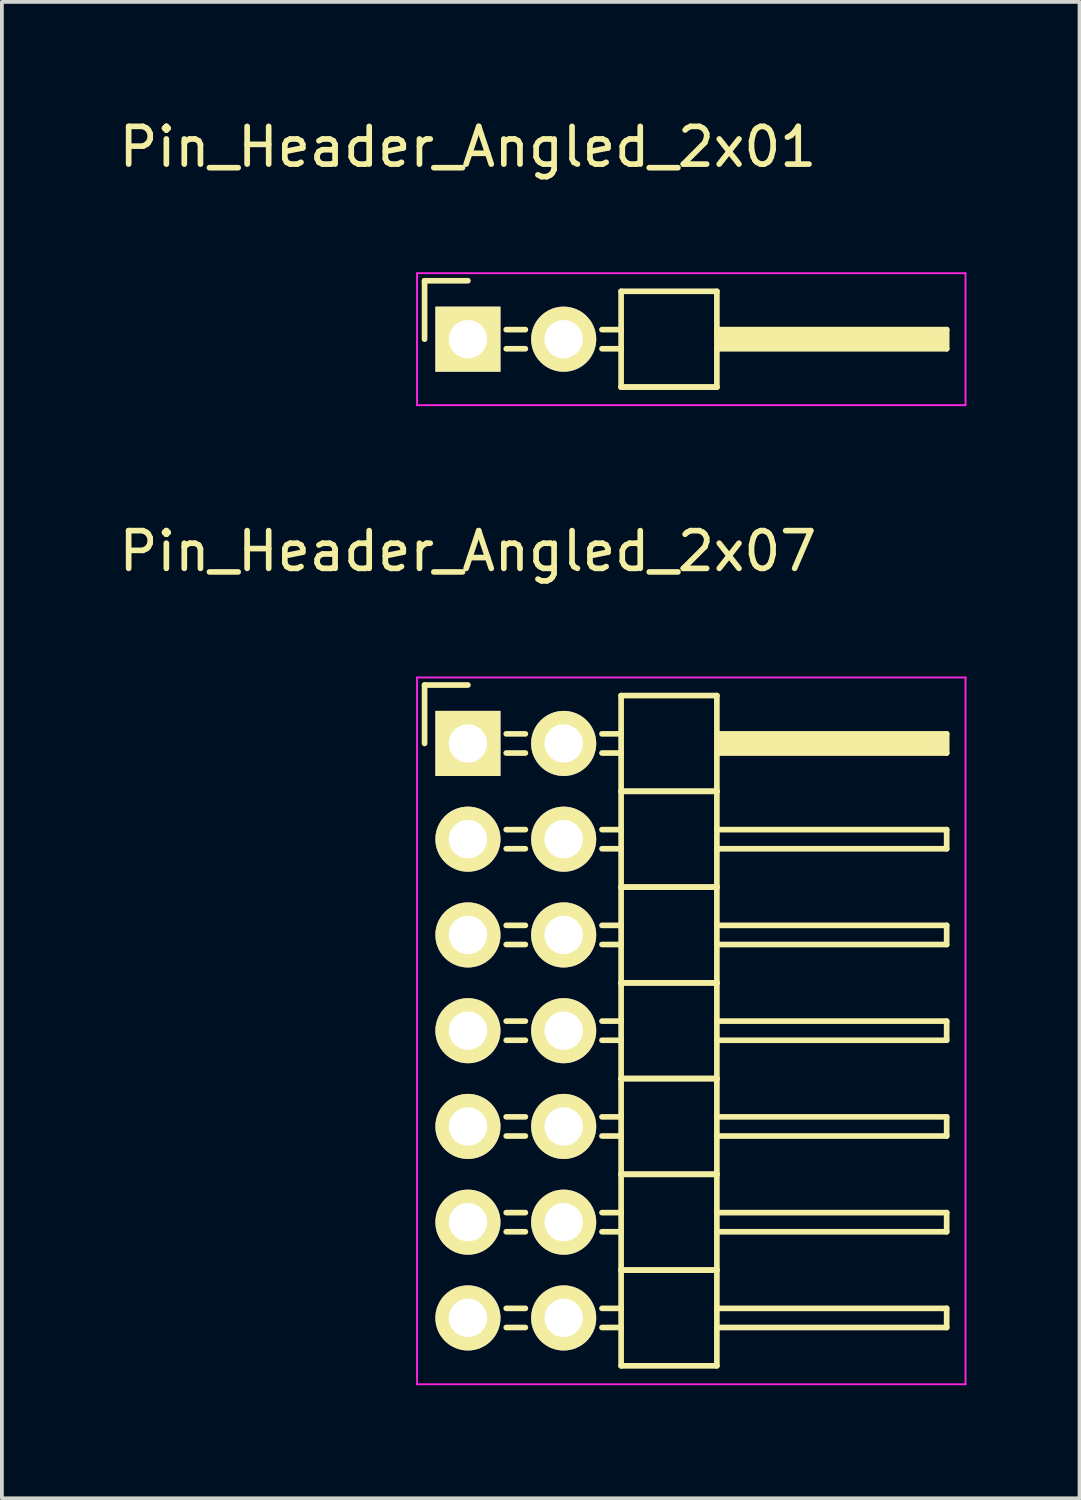
<source format=kicad_pcb>
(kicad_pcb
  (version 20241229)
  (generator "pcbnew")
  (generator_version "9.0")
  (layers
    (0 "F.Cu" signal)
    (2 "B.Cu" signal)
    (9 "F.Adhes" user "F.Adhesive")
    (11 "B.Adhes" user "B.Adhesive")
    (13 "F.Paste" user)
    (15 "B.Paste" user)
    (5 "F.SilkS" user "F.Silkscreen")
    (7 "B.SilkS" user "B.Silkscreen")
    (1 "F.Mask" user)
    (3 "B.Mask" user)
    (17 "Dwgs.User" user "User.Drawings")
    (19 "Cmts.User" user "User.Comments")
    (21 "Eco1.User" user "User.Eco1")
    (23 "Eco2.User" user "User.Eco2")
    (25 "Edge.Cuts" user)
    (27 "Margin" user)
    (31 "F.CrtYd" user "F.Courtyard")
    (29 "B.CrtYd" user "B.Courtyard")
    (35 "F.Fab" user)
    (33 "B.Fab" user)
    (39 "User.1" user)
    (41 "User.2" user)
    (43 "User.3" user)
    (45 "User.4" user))
  (footprint "Pin_Header_Angled_2x07"
    (layer "F.Cu")
    (at 9.363 16.672)
    (property "Reference" "Pin_Header_Angled_2x07" (at 0 -5.1 0) (layer "F.SilkS") (effects (font (size 1 1) (thickness 0.15))))
    (attr through_hole)
    (fp_line (start -1.15 -1.55) (end -1.15 0) (stroke (width 0.15) (type solid)) (layer "F.SilkS"))
    (fp_line (start 0 -1.55) (end -1.15 -1.55) (stroke (width 0.15) (type solid)) (layer "F.SilkS"))
    (fp_line (start 1.524 -0.254) (end 1.016 -0.254) (stroke (width 0.15) (type solid)) (layer "F.SilkS"))
    (fp_line (start 1.524 0.254) (end 1.016 0.254) (stroke (width 0.15) (type solid)) (layer "F.SilkS"))
    (fp_line (start 1.524 2.286) (end 1.016 2.286) (stroke (width 0.15) (type solid)) (layer "F.SilkS"))
    (fp_line (start 1.524 2.794) (end 1.016 2.794) (stroke (width 0.15) (type solid)) (layer "F.SilkS"))
    (fp_line (start 1.524 4.826) (end 1.016 4.826) (stroke (width 0.15) (type solid)) (layer "F.SilkS"))
    (fp_line (start 1.524 5.334) (end 1.016 5.334) (stroke (width 0.15) (type solid)) (layer "F.SilkS"))
    (fp_line (start 1.524 7.366) (end 1.016 7.366) (stroke (width 0.15) (type solid)) (layer "F.SilkS"))
    (fp_line (start 1.524 7.874) (end 1.016 7.874) (stroke (width 0.15) (type solid)) (layer "F.SilkS"))
    (fp_line (start 1.524 9.906) (end 1.016 9.906) (stroke (width 0.15) (type solid)) (layer "F.SilkS"))
    (fp_line (start 1.524 10.414) (end 1.016 10.414) (stroke (width 0.15) (type solid)) (layer "F.SilkS"))
    (fp_line (start 1.524 12.446) (end 1.016 12.446) (stroke (width 0.15) (type solid)) (layer "F.SilkS"))
    (fp_line (start 1.524 12.954) (end 1.016 12.954) (stroke (width 0.15) (type solid)) (layer "F.SilkS"))
    (fp_line (start 1.524 14.986) (end 1.016 14.986) (stroke (width 0.15) (type solid)) (layer "F.SilkS"))
    (fp_line (start 1.524 15.494) (end 1.016 15.494) (stroke (width 0.15) (type solid)) (layer "F.SilkS"))
    (fp_line (start 4.064 -1.27) (end 4.064 1.27) (stroke (width 0.15) (type solid)) (layer "F.SilkS"))
    (fp_line (start 4.064 -1.27) (end 6.604 -1.27) (stroke (width 0.15) (type solid)) (layer "F.SilkS"))
    (fp_line (start 4.064 -0.254) (end 3.556 -0.254) (stroke (width 0.15) (type solid)) (layer "F.SilkS"))
    (fp_line (start 4.064 0.254) (end 3.556 0.254) (stroke (width 0.15) (type solid)) (layer "F.SilkS"))
    (fp_line (start 4.064 1.27) (end 4.064 3.81) (stroke (width 0.15) (type solid)) (layer "F.SilkS"))
    (fp_line (start 4.064 1.27) (end 6.604 1.27) (stroke (width 0.15) (type solid)) (layer "F.SilkS"))
    (fp_line (start 4.064 1.27) (end 6.604 1.27) (stroke (width 0.15) (type solid)) (layer "F.SilkS"))
    (fp_line (start 4.064 2.286) (end 3.556 2.286) (stroke (width 0.15) (type solid)) (layer "F.SilkS"))
    (fp_line (start 4.064 2.794) (end 3.556 2.794) (stroke (width 0.15) (type solid)) (layer "F.SilkS"))
    (fp_line (start 4.064 3.81) (end 4.064 6.35) (stroke (width 0.15) (type solid)) (layer "F.SilkS"))
    (fp_line (start 4.064 3.81) (end 6.604 3.81) (stroke (width 0.15) (type solid)) (layer "F.SilkS"))
    (fp_line (start 4.064 3.81) (end 6.604 3.81) (stroke (width 0.15) (type solid)) (layer "F.SilkS"))
    (fp_line (start 4.064 4.826) (end 3.556 4.826) (stroke (width 0.15) (type solid)) (layer "F.SilkS"))
    (fp_line (start 4.064 5.334) (end 3.556 5.334) (stroke (width 0.15) (type solid)) (layer "F.SilkS"))
    (fp_line (start 4.064 6.35) (end 4.064 8.89) (stroke (width 0.15) (type solid)) (layer "F.SilkS"))
    (fp_line (start 4.064 6.35) (end 6.604 6.35) (stroke (width 0.15) (type solid)) (layer "F.SilkS"))
    (fp_line (start 4.064 6.35) (end 6.604 6.35) (stroke (width 0.15) (type solid)) (layer "F.SilkS"))
    (fp_line (start 4.064 7.366) (end 3.556 7.366) (stroke (width 0.15) (type solid)) (layer "F.SilkS"))
    (fp_line (start 4.064 7.874) (end 3.556 7.874) (stroke (width 0.15) (type solid)) (layer "F.SilkS"))
    (fp_line (start 4.064 8.89) (end 4.064 11.43) (stroke (width 0.15) (type solid)) (layer "F.SilkS"))
    (fp_line (start 4.064 8.89) (end 6.604 8.89) (stroke (width 0.15) (type solid)) (layer "F.SilkS"))
    (fp_line (start 4.064 8.89) (end 6.604 8.89) (stroke (width 0.15) (type solid)) (layer "F.SilkS"))
    (fp_line (start 4.064 9.906) (end 3.556 9.906) (stroke (width 0.15) (type solid)) (layer "F.SilkS"))
    (fp_line (start 4.064 10.414) (end 3.556 10.414) (stroke (width 0.15) (type solid)) (layer "F.SilkS"))
    (fp_line (start 4.064 11.43) (end 4.064 13.97) (stroke (width 0.15) (type solid)) (layer "F.SilkS"))
    (fp_line (start 4.064 11.43) (end 6.604 11.43) (stroke (width 0.15) (type solid)) (layer "F.SilkS"))
    (fp_line (start 4.064 11.43) (end 6.604 11.43) (stroke (width 0.15) (type solid)) (layer "F.SilkS"))
    (fp_line (start 4.064 12.446) (end 3.556 12.446) (stroke (width 0.15) (type solid)) (layer "F.SilkS"))
    (fp_line (start 4.064 12.954) (end 3.556 12.954) (stroke (width 0.15) (type solid)) (layer "F.SilkS"))
    (fp_line (start 4.064 13.97) (end 4.064 16.51) (stroke (width 0.15) (type solid)) (layer "F.SilkS"))
    (fp_line (start 4.064 13.97) (end 6.604 13.97) (stroke (width 0.15) (type solid)) (layer "F.SilkS"))
    (fp_line (start 4.064 13.97) (end 6.604 13.97) (stroke (width 0.15) (type solid)) (layer "F.SilkS"))
    (fp_line (start 4.064 14.986) (end 3.556 14.986) (stroke (width 0.15) (type solid)) (layer "F.SilkS"))
    (fp_line (start 4.064 15.494) (end 3.556 15.494) (stroke (width 0.15) (type solid)) (layer "F.SilkS"))
    (fp_line (start 4.064 16.51) (end 6.604 16.51) (stroke (width 0.15) (type solid)) (layer "F.SilkS"))
    (fp_line (start 6.604 -0.254) (end 12.7 -0.254) (stroke (width 0.15) (type solid)) (layer "F.SilkS"))
    (fp_line (start 6.604 -0.127) (end 12.573 -0.127) (stroke (width 0.15) (type solid)) (layer "F.SilkS"))
    (fp_line (start 6.604 1.27) (end 6.604 -1.27) (stroke (width 0.15) (type solid)) (layer "F.SilkS"))
    (fp_line (start 6.604 2.286) (end 12.7 2.286) (stroke (width 0.15) (type solid)) (layer "F.SilkS"))
    (fp_line (start 6.604 3.81) (end 6.604 1.27) (stroke (width 0.15) (type solid)) (layer "F.SilkS"))
    (fp_line (start 6.604 4.826) (end 12.7 4.826) (stroke (width 0.15) (type solid)) (layer "F.SilkS"))
    (fp_line (start 6.604 6.35) (end 6.604 3.81) (stroke (width 0.15) (type solid)) (layer "F.SilkS"))
    (fp_line (start 6.604 7.366) (end 12.7 7.366) (stroke (width 0.15) (type solid)) (layer "F.SilkS"))
    (fp_line (start 6.604 8.89) (end 6.604 6.35) (stroke (width 0.15) (type solid)) (layer "F.SilkS"))
    (fp_line (start 6.604 9.906) (end 12.7 9.906) (stroke (width 0.15) (type solid)) (layer "F.SilkS"))
    (fp_line (start 6.604 11.43) (end 6.604 8.89) (stroke (width 0.15) (type solid)) (layer "F.SilkS"))
    (fp_line (start 6.604 12.446) (end 12.7 12.446) (stroke (width 0.15) (type solid)) (layer "F.SilkS"))
    (fp_line (start 6.604 13.97) (end 6.604 11.43) (stroke (width 0.15) (type solid)) (layer "F.SilkS"))
    (fp_line (start 6.604 14.986) (end 12.7 14.986) (stroke (width 0.15) (type solid)) (layer "F.SilkS"))
    (fp_line (start 6.604 16.51) (end 6.604 13.97) (stroke (width 0.15) (type solid)) (layer "F.SilkS"))
    (fp_line (start 6.731 0) (end 12.573 0) (stroke (width 0.15) (type solid)) (layer "F.SilkS"))
    (fp_line (start 6.731 0.127) (end 6.731 0) (stroke (width 0.15) (type solid)) (layer "F.SilkS"))
    (fp_line (start 12.573 -0.127) (end 12.573 0.127) (stroke (width 0.15) (type solid)) (layer "F.SilkS"))
    (fp_line (start 12.573 0.127) (end 6.731 0.127) (stroke (width 0.15) (type solid)) (layer "F.SilkS"))
    (fp_line (start 12.7 -0.254) (end 12.7 0.254) (stroke (width 0.15) (type solid)) (layer "F.SilkS"))
    (fp_line (start 12.7 0.254) (end 6.604 0.254) (stroke (width 0.15) (type solid)) (layer "F.SilkS"))
    (fp_line (start 12.7 2.286) (end 12.7 2.794) (stroke (width 0.15) (type solid)) (layer "F.SilkS"))
    (fp_line (start 12.7 2.794) (end 6.604 2.794) (stroke (width 0.15) (type solid)) (layer "F.SilkS"))
    (fp_line (start 12.7 4.826) (end 12.7 5.334) (stroke (width 0.15) (type solid)) (layer "F.SilkS"))
    (fp_line (start 12.7 5.334) (end 6.604 5.334) (stroke (width 0.15) (type solid)) (layer "F.SilkS"))
    (fp_line (start 12.7 7.366) (end 12.7 7.874) (stroke (width 0.15) (type solid)) (layer "F.SilkS"))
    (fp_line (start 12.7 7.874) (end 6.604 7.874) (stroke (width 0.15) (type solid)) (layer "F.SilkS"))
    (fp_line (start 12.7 9.906) (end 12.7 10.414) (stroke (width 0.15) (type solid)) (layer "F.SilkS"))
    (fp_line (start 12.7 10.414) (end 6.604 10.414) (stroke (width 0.15) (type solid)) (layer "F.SilkS"))
    (fp_line (start 12.7 12.446) (end 12.7 12.954) (stroke (width 0.15) (type solid)) (layer "F.SilkS"))
    (fp_line (start 12.7 12.954) (end 6.604 12.954) (stroke (width 0.15) (type solid)) (layer "F.SilkS"))
    (fp_line (start 12.7 14.986) (end 12.7 15.494) (stroke (width 0.15) (type solid)) (layer "F.SilkS"))
    (fp_line (start 12.7 15.494) (end 6.604 15.494) (stroke (width 0.15) (type solid)) (layer "F.SilkS"))
    (fp_line (start -1.35 -1.75) (end -1.35 17) (stroke (width 0.05) (type solid)) (layer "F.CrtYd"))
    (fp_line (start -1.35 -1.75) (end 13.2 -1.75) (stroke (width 0.05) (type solid)) (layer "F.CrtYd"))
    (fp_line (start -1.35 17) (end 13.2 17) (stroke (width 0.05) (type solid)) (layer "F.CrtYd"))
    (fp_line (start 13.2 -1.75) (end 13.2 17) (stroke (width 0.05) (type solid)) (layer "F.CrtYd"))
    (pad "1" thru_hole rect (at 0 0) (size 1.727 1.727) (drill 1.016) (layers "*.Cu" "*.Mask" "F.SilkS"))
    (pad "2" thru_hole oval (at 2.54 0) (size 1.727 1.727) (drill 1.016) (layers "*.Cu" "*.Mask" "F.SilkS"))
    (pad "3" thru_hole oval (at 0 2.54) (size 1.727 1.727) (drill 1.016) (layers "*.Cu" "*.Mask" "F.SilkS"))
    (pad "4" thru_hole oval (at 2.54 2.54) (size 1.727 1.727) (drill 1.016) (layers "*.Cu" "*.Mask" "F.SilkS"))
    (pad "5" thru_hole oval (at 0 5.08) (size 1.727 1.727) (drill 1.016) (layers "*.Cu" "*.Mask" "F.SilkS"))
    (pad "6" thru_hole oval (at 2.54 5.08) (size 1.727 1.727) (drill 1.016) (layers "*.Cu" "*.Mask" "F.SilkS"))
    (pad "7" thru_hole oval (at 0 7.62) (size 1.727 1.727) (drill 1.016) (layers "*.Cu" "*.Mask" "F.SilkS"))
    (pad "8" thru_hole oval (at 2.54 7.62) (size 1.727 1.727) (drill 1.016) (layers "*.Cu" "*.Mask" "F.SilkS"))
    (pad "9" thru_hole oval (at 0 10.16) (size 1.727 1.727) (drill 1.016) (layers "*.Cu" "*.Mask" "F.SilkS"))
    (pad "10" thru_hole oval (at 2.54 10.16) (size 1.727 1.727) (drill 1.016) (layers "*.Cu" "*.Mask" "F.SilkS"))
    (pad "11" thru_hole oval (at 0 12.7) (size 1.727 1.727) (drill 1.016) (layers "*.Cu" "*.Mask" "F.SilkS"))
    (pad "12" thru_hole oval (at 2.54 12.7) (size 1.727 1.727) (drill 1.016) (layers "*.Cu" "*.Mask" "F.SilkS"))
    (pad "13" thru_hole oval (at 0 15.24) (size 1.727 1.727) (drill 1.016) (layers "*.Cu" "*.Mask" "F.SilkS"))
    (pad "14" thru_hole oval (at 2.54 15.24) (size 1.727 1.727) (drill 1.016) (layers "*.Cu" "*.Mask" "F.SilkS")))
  (footprint "Pin_Header_Angled_2x01"
    (layer "F.Cu")
    (at 9.363 5.948)
    (property "Reference" "Pin_Header_Angled_2x01" (at 0 -5.1 0) (layer "F.SilkS") (effects (font (size 1 1) (thickness 0.15))))
    (attr through_hole)
    (fp_line (start -1.15 -1.55) (end -1.15 0) (stroke (width 0.15) (type solid)) (layer "F.SilkS"))
    (fp_line (start 0 -1.55) (end -1.15 -1.55) (stroke (width 0.15) (type solid)) (layer "F.SilkS"))
    (fp_line (start 1.524 -0.254) (end 1.016 -0.254) (stroke (width 0.15) (type solid)) (layer "F.SilkS"))
    (fp_line (start 1.524 0.254) (end 1.016 0.254) (stroke (width 0.15) (type solid)) (layer "F.SilkS"))
    (fp_line (start 4.064 -1.27) (end 4.064 1.27) (stroke (width 0.15) (type solid)) (layer "F.SilkS"))
    (fp_line (start 4.064 -1.27) (end 6.604 -1.27) (stroke (width 0.15) (type solid)) (layer "F.SilkS"))
    (fp_line (start 4.064 -0.254) (end 3.556 -0.254) (stroke (width 0.15) (type solid)) (layer "F.SilkS"))
    (fp_line (start 4.064 0.254) (end 3.556 0.254) (stroke (width 0.15) (type solid)) (layer "F.SilkS"))
    (fp_line (start 4.064 1.27) (end 6.604 1.27) (stroke (width 0.15) (type solid)) (layer "F.SilkS"))
    (fp_line (start 4.064 1.27) (end 6.604 1.27) (stroke (width 0.15) (type solid)) (layer "F.SilkS"))
    (fp_line (start 6.604 -0.254) (end 12.7 -0.254) (stroke (width 0.15) (type solid)) (layer "F.SilkS"))
    (fp_line (start 6.604 -0.127) (end 12.573 -0.127) (stroke (width 0.15) (type solid)) (layer "F.SilkS"))
    (fp_line (start 6.604 1.27) (end 6.604 -1.27) (stroke (width 0.15) (type solid)) (layer "F.SilkS"))
    (fp_line (start 6.731 0) (end 12.573 0) (stroke (width 0.15) (type solid)) (layer "F.SilkS"))
    (fp_line (start 6.731 0.127) (end 6.731 0) (stroke (width 0.15) (type solid)) (layer "F.SilkS"))
    (fp_line (start 12.573 -0.127) (end 12.573 0.127) (stroke (width 0.15) (type solid)) (layer "F.SilkS"))
    (fp_line (start 12.573 0.127) (end 6.731 0.127) (stroke (width 0.15) (type solid)) (layer "F.SilkS"))
    (fp_line (start 12.7 -0.254) (end 12.7 0.254) (stroke (width 0.15) (type solid)) (layer "F.SilkS"))
    (fp_line (start 12.7 0.254) (end 6.604 0.254) (stroke (width 0.15) (type solid)) (layer "F.SilkS"))
    (fp_line (start -1.35 -1.75) (end -1.35 1.75) (stroke (width 0.05) (type solid)) (layer "F.CrtYd"))
    (fp_line (start -1.35 -1.75) (end 13.2 -1.75) (stroke (width 0.05) (type solid)) (layer "F.CrtYd"))
    (fp_line (start -1.35 1.75) (end 13.2 1.75) (stroke (width 0.05) (type solid)) (layer "F.CrtYd"))
    (fp_line (start 13.2 -1.75) (end 13.2 1.75) (stroke (width 0.05) (type solid)) (layer "F.CrtYd"))
    (pad "1" thru_hole rect (at 0 0) (size 1.727 1.727) (drill 1.016) (layers "*.Cu" "*.Mask" "F.SilkS"))
    (pad "2" thru_hole oval (at 2.54 0) (size 1.727 1.727) (drill 1.016) (layers "*.Cu" "*.Mask" "F.SilkS")))
  (gr_rect
    (start -3 -3)
    (end 25.588 36.697)
    (stroke (width 0.1) (type default))
    (fill no)
    (layer "Edge.Cuts")))
</source>
